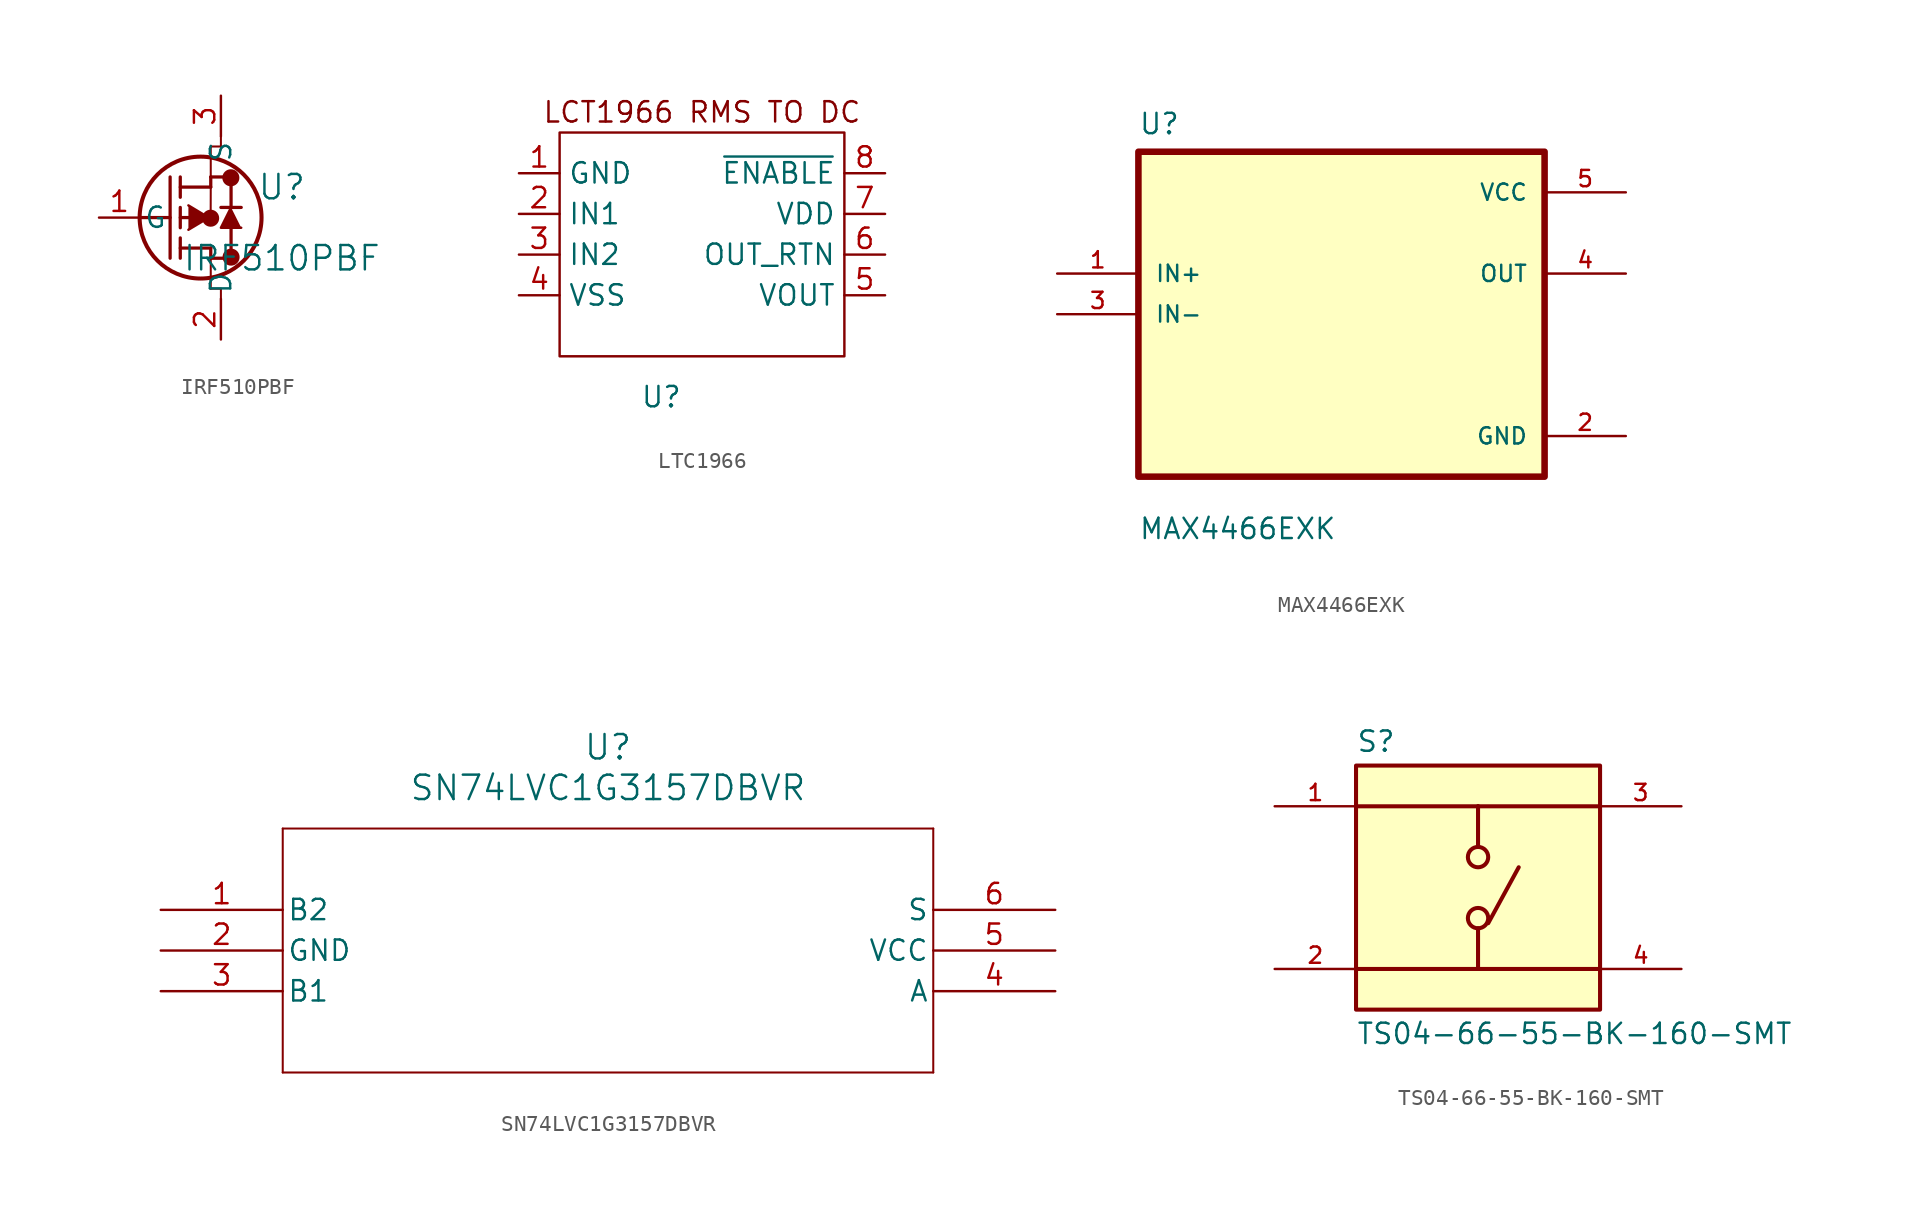
<source format=kicad_sym>
(kicad_symbol_lib
  (version 20241209)
  (generator "kicad_symbol_editor")
  (generator_version "9.0")
  (symbol "IRF510PBF"
    (pin_names
      (offset 0.254))
    (property "Reference" "U"
      (at 11.43 1.905 0)
      (effects (font (size 1.524 1.524))))
    (property "Value" "IRF510PBF"
      (at 11.43 -2.54 0)
      (effects (font (size 1.524 1.524))))
    (property "ki_locked" ""
      (at 0 0 0)
      (effects (font (size 1.27 1.27))))
    (symbol "IRF510PBF_0_1"
      (polyline (pts (xy 2.54 0) (xy 4.445 0)) (stroke (width 0.203) (type default)) (fill (type none)))
      (polyline (pts (xy 4.445 -2.54) (xy 4.445 2.54)) (stroke (width 0.203) (type default)) (fill (type none)))
      (polyline (pts (xy 5.08 1.905) (xy 6.985 1.905)) (stroke (width 0.203) (type default)) (fill (type none)))
      (polyline (pts (xy 5.08 1.27) (xy 5.08 2.54)) (stroke (width 0.203) (type default)) (fill (type none)))
      (polyline (pts (xy 5.08 0) (xy 5.842 0)) (stroke (width 0.203) (type default)) (fill (type none)))
      (polyline (pts (xy 5.08 -0.635) (xy 5.08 0.635)) (stroke (width 0.203) (type default)) (fill (type none)))
      (polyline (pts (xy 5.08 -1.905) (xy 6.985 -1.905)) (stroke (width 0.203) (type default)) (fill (type none)))
      (polyline (pts (xy 5.08 -2.54) (xy 5.08 -1.27)) (stroke (width 0.203) (type default)) (fill (type none)))
      (polyline (pts (xy 5.588 0.762) (xy 6.858 0) (xy 5.588 -0.762)) (stroke (width 0) (type default)) (fill (type outline)))
      (circle (center 6.35 0) (radius 3.81) (stroke (width 0.254) (type default)) (fill (type none)))
      (polyline (pts (xy 6.979 -0.039) (xy 6.604 0)) (stroke (width 0.127) (type default)) (fill (type none)))
      (circle (center 6.979 -0.039) (radius 0.025) (stroke (width 0.508) (type default)) (fill (type none)))
      (polyline (pts (xy 6.985 4.445) (xy 6.985 2.54)) (stroke (width 0.127) (type default)) (fill (type none)))
      (polyline (pts (xy 6.985 2.54) (xy 8.255 2.54)) (stroke (width 0.203) (type default)) (fill (type none)))
      (polyline (pts (xy 6.985 1.905) (xy 6.979 -0.039)) (stroke (width 0.127) (type default)) (fill (type none)))
      (polyline (pts (xy 6.985 1.905) (xy 6.985 2.54)) (stroke (width 0.203) (type default)) (fill (type none)))
      (polyline (pts (xy 6.985 -2.54) (xy 6.985 -1.905)) (stroke (width 0.203) (type default)) (fill (type none)))
      (polyline (pts (xy 6.985 -2.54) (xy 6.985 -4.445)) (stroke (width 0.127) (type default)) (fill (type none)))
      (polyline (pts (xy 6.985 -2.54) (xy 8.255 -2.54)) (stroke (width 0.203) (type default)) (fill (type none)))
      (polyline (pts (xy 7.62 5.08) (xy 7.62 4.445)) (stroke (width 0.127) (type default)) (fill (type none)))
      (polyline (pts (xy 7.62 4.445) (xy 6.985 4.445)) (stroke (width 0.127) (type default)) (fill (type none)))
      (polyline (pts (xy 7.62 -4.445) (xy 6.985 -4.445)) (stroke (width 0.127) (type default)) (fill (type none)))
      (polyline (pts (xy 7.62 -4.445) (xy 7.62 -5.08)) (stroke (width 0.127) (type default)) (fill (type none)))
      (circle (center 8.242 2.489) (radius 0.025) (stroke (width 0.508) (type default)) (fill (type none)))
      (polyline (pts (xy 8.255 0.635) (xy 8.255 2.54)) (stroke (width 0.203) (type default)) (fill (type none)))
      (polyline (pts (xy 8.255 -2.54) (xy 8.255 -0.635)) (stroke (width 0.203) (type default)) (fill (type none)))
      (circle (center 8.256 -2.472) (radius 0.025) (stroke (width 0.508) (type default)) (fill (type none)))
      (polyline (pts (xy 8.89 0.635) (xy 7.62 0.635)) (stroke (width 0.203) (type default)) (fill (type none)))
      (polyline (pts (xy 8.89 -0.635) (xy 7.62 -0.635) (xy 8.255 0.635)) (stroke (width 0) (type default)) (fill (type outline)))
      (pin input line (at 0 0 0) (length 2.54) (name "G" (effects (font (size 1.27 1.27)))) (number "1" (effects (font (size 1.27 1.27))))))
    (symbol "IRF510PBF_1_0"
      (pin input line (at 7.62 7.62 270) (length 2.54) (name "S" (effects (font (size 1.27 1.27)))) (number "3" (effects (font (size 1.27 1.27)))))
      (pin input line (at 7.62 -7.62 90) (length 2.54) (name "D" (effects (font (size 1.27 1.27)))) (number "2" (effects (font (size 1.27 1.27)))))))
  (symbol "LTC1966"
    (property "Reference" "U"
      (at -2.54 -6.35 0)
      (effects (font (size 1.27 1.27))))
    (property "Value" ""
      (at 0 0 0)
      (effects (font (size 1.27 1.27))))
    (symbol "LTC1966_0_1"
      (rectangle (start -8.89 10.16) (end 8.89 -3.81) (stroke (width 0) (type default)) (fill (type none))))
    (symbol "LTC1966_1_1"
      (text "LCT1966 RMS TO DC" (at 0 11.43 0) (effects (font (size 1.27 1.27))))
      (pin power_in line (at -11.43 7.62 0) (length 2.54) (name "GND" (effects (font (size 1.27 1.27)))) (number "1" (effects (font (size 1.27 1.27)))))
      (pin input line (at -11.43 5.08 0) (length 2.54) (name "IN1" (effects (font (size 1.27 1.27)))) (number "2" (effects (font (size 1.27 1.27)))))
      (pin input line (at -11.43 2.54 0) (length 2.54) (name "IN2" (effects (font (size 1.27 1.27)))) (number "3" (effects (font (size 1.27 1.27)))))
      (pin power_in line (at -11.43 0 0) (length 2.54) (name "VSS" (effects (font (size 1.27 1.27)))) (number "4" (effects (font (size 1.27 1.27)))))
      (pin input line (at 11.43 7.62 180) (length 2.54) (name "~{ENABLE}" (effects (font (size 1.27 1.27)))) (number "8" (effects (font (size 1.27 1.27)))))
      (pin power_in line (at 11.43 5.08 180) (length 2.54) (name "VDD" (effects (font (size 1.27 1.27)))) (number "7" (effects (font (size 1.27 1.27)))))
      (pin output line (at 11.43 2.54 180) (length 2.54) (name "OUT_RTN" (effects (font (size 1.27 1.27)))) (number "6" (effects (font (size 1.27 1.27)))))
      (pin output line (at 11.43 0 180) (length 2.54) (name "VOUT" (effects (font (size 1.27 1.27)))) (number "5" (effects (font (size 1.27 1.27)))))))
  (symbol "MAX4466EXK"
    (pin_names
      (offset 1.016))
    (property "Reference" "U"
      (at -12.7 11.16 0)
      (effects (font (size 1.27 1.27)) (justify left bottom)))
    (property "Value" "MAX4466EXK"
      (at -12.7 -14.16 0)
      (effects (font (size 1.27 1.27)) (justify left bottom)))
    (symbol "MAX4466EXK_0_0"
      (rectangle (start -12.7 -10.16) (end 12.7 10.16) (stroke (width 0.41) (type default)) (fill (type background)))
      (pin input line (at -17.78 2.54 0) (length 5.08) (name "IN+" (effects (font (size 1.016 1.016)))) (number "1" (effects (font (size 1.016 1.016)))))
      (pin input line (at -17.78 0 0) (length 5.08) (name "IN-" (effects (font (size 1.016 1.016)))) (number "3" (effects (font (size 1.016 1.016)))))
      (pin power_in line (at 17.78 7.62 180) (length 5.08) (name "VCC" (effects (font (size 1.016 1.016)))) (number "5" (effects (font (size 1.016 1.016)))))
      (pin output line (at 17.78 2.54 180) (length 5.08) (name "OUT" (effects (font (size 1.016 1.016)))) (number "4" (effects (font (size 1.016 1.016)))))
      (pin power_in line (at 17.78 -7.62 180) (length 5.08) (name "GND" (effects (font (size 1.016 1.016)))) (number "2" (effects (font (size 1.016 1.016)))))))
  (symbol "SN74LVC1G3157DBVR"
    (pin_names
      (offset 0.254))
    (property "Reference" "U"
      (at 27.94 10.16 0)
      (effects (font (size 1.524 1.524))))
    (property "Value" "SN74LVC1G3157DBVR"
      (at 27.94 7.62 0)
      (effects (font (size 1.524 1.524))))
    (property "ki_locked" ""
      (at 0 0 0)
      (effects (font (size 1.27 1.27))))
    (symbol "SN74LVC1G3157DBVR_0_1"
      (polyline (pts (xy 7.62 5.08) (xy 7.62 -10.16)) (stroke (width 0.127) (type default)) (fill (type none)))
      (polyline (pts (xy 7.62 -10.16) (xy 48.26 -10.16)) (stroke (width 0.127) (type default)) (fill (type none)))
      (polyline (pts (xy 48.26 5.08) (xy 7.62 5.08)) (stroke (width 0.127) (type default)) (fill (type none)))
      (polyline (pts (xy 48.26 -10.16) (xy 48.26 5.08)) (stroke (width 0.127) (type default)) (fill (type none)))
      (pin input line (at 0 0 0) (length 7.62) (name "B2" (effects (font (size 1.27 1.27)))) (number "1" (effects (font (size 1.27 1.27)))))
      (pin power_in line (at 0 -2.54 0) (length 7.62) (name "GND" (effects (font (size 1.27 1.27)))) (number "2" (effects (font (size 1.27 1.27)))))
      (pin input line (at 0 -5.08 0) (length 7.62) (name "B1" (effects (font (size 1.27 1.27)))) (number "3" (effects (font (size 1.27 1.27)))))
      (pin input line (at 55.88 0 180) (length 7.62) (name "S" (effects (font (size 1.27 1.27)))) (number "6" (effects (font (size 1.27 1.27)))))
      (pin power_in line (at 55.88 -2.54 180) (length 7.62) (name "VCC" (effects (font (size 1.27 1.27)))) (number "5" (effects (font (size 1.27 1.27)))))
      (pin input line (at 55.88 -5.08 180) (length 7.62) (name "A" (effects (font (size 1.27 1.27)))) (number "4" (effects (font (size 1.27 1.27)))))))
  (symbol "TS04-66-55-BK-160-SMT"
    (pin_names
      (offset 1.016))
    (property "Reference" "S"
      (at -7.62 8.382 0)
      (effects (font (size 1.27 1.27)) (justify left bottom)))
    (property "Value" "TS04-66-55-BK-160-SMT"
      (at -7.62 -8.382 0)
      (effects (font (size 1.27 1.27)) (justify left top)))
    (symbol "TS04-66-55-BK-160-SMT_0_0"
      (rectangle (start -7.62 -7.62) (end 7.62 7.62) (stroke (width 0.254) (type default)) (fill (type background)))
      (polyline (pts (xy 0 5.08) (xy -7.62 5.08)) (stroke (width 0.254) (type default)) (fill (type none)))
      (polyline (pts (xy 0 5.08) (xy 0 2.54)) (stroke (width 0.254) (type default)) (fill (type none)))
      (polyline (pts (xy 0 5.08) (xy 7.62 5.08)) (stroke (width 0.254) (type default)) (fill (type none)))
      (circle (center 0 1.905) (radius 0.635) (stroke (width 0.254) (type default)) (fill (type none)))
      (circle (center 0 -1.905) (radius 0.635) (stroke (width 0.254) (type default)) (fill (type none)))
      (polyline (pts (xy 0 -2.54) (xy 0 -5.08)) (stroke (width 0.254) (type default)) (fill (type none)))
      (polyline (pts (xy 0 -5.08) (xy -7.62 -5.08)) (stroke (width 0.254) (type default)) (fill (type none)))
      (polyline (pts (xy 0 -5.08) (xy 7.62 -5.08)) (stroke (width 0.254) (type default)) (fill (type none)))
      (polyline (pts (xy 0.635 -2.223) (xy 2.54 1.27)) (stroke (width 0.254) (type default)) (fill (type none)))
      (pin passive line (at -12.7 5.08 0) (length 5.08) (name "~" (effects (font (size 1.016 1.016)))) (number "1" (effects (font (size 1.016 1.016)))))
      (pin passive line (at -12.7 -5.08 0) (length 5.08) (name "~" (effects (font (size 1.016 1.016)))) (number "2" (effects (font (size 1.016 1.016)))))
      (pin passive line (at 12.7 5.08 180) (length 5.08) (name "~" (effects (font (size 1.016 1.016)))) (number "3" (effects (font (size 1.016 1.016)))))
      (pin passive line (at 12.7 -5.08 180) (length 5.08) (name "~" (effects (font (size 1.016 1.016)))) (number "4" (effects (font (size 1.016 1.016))))))))
</source>
